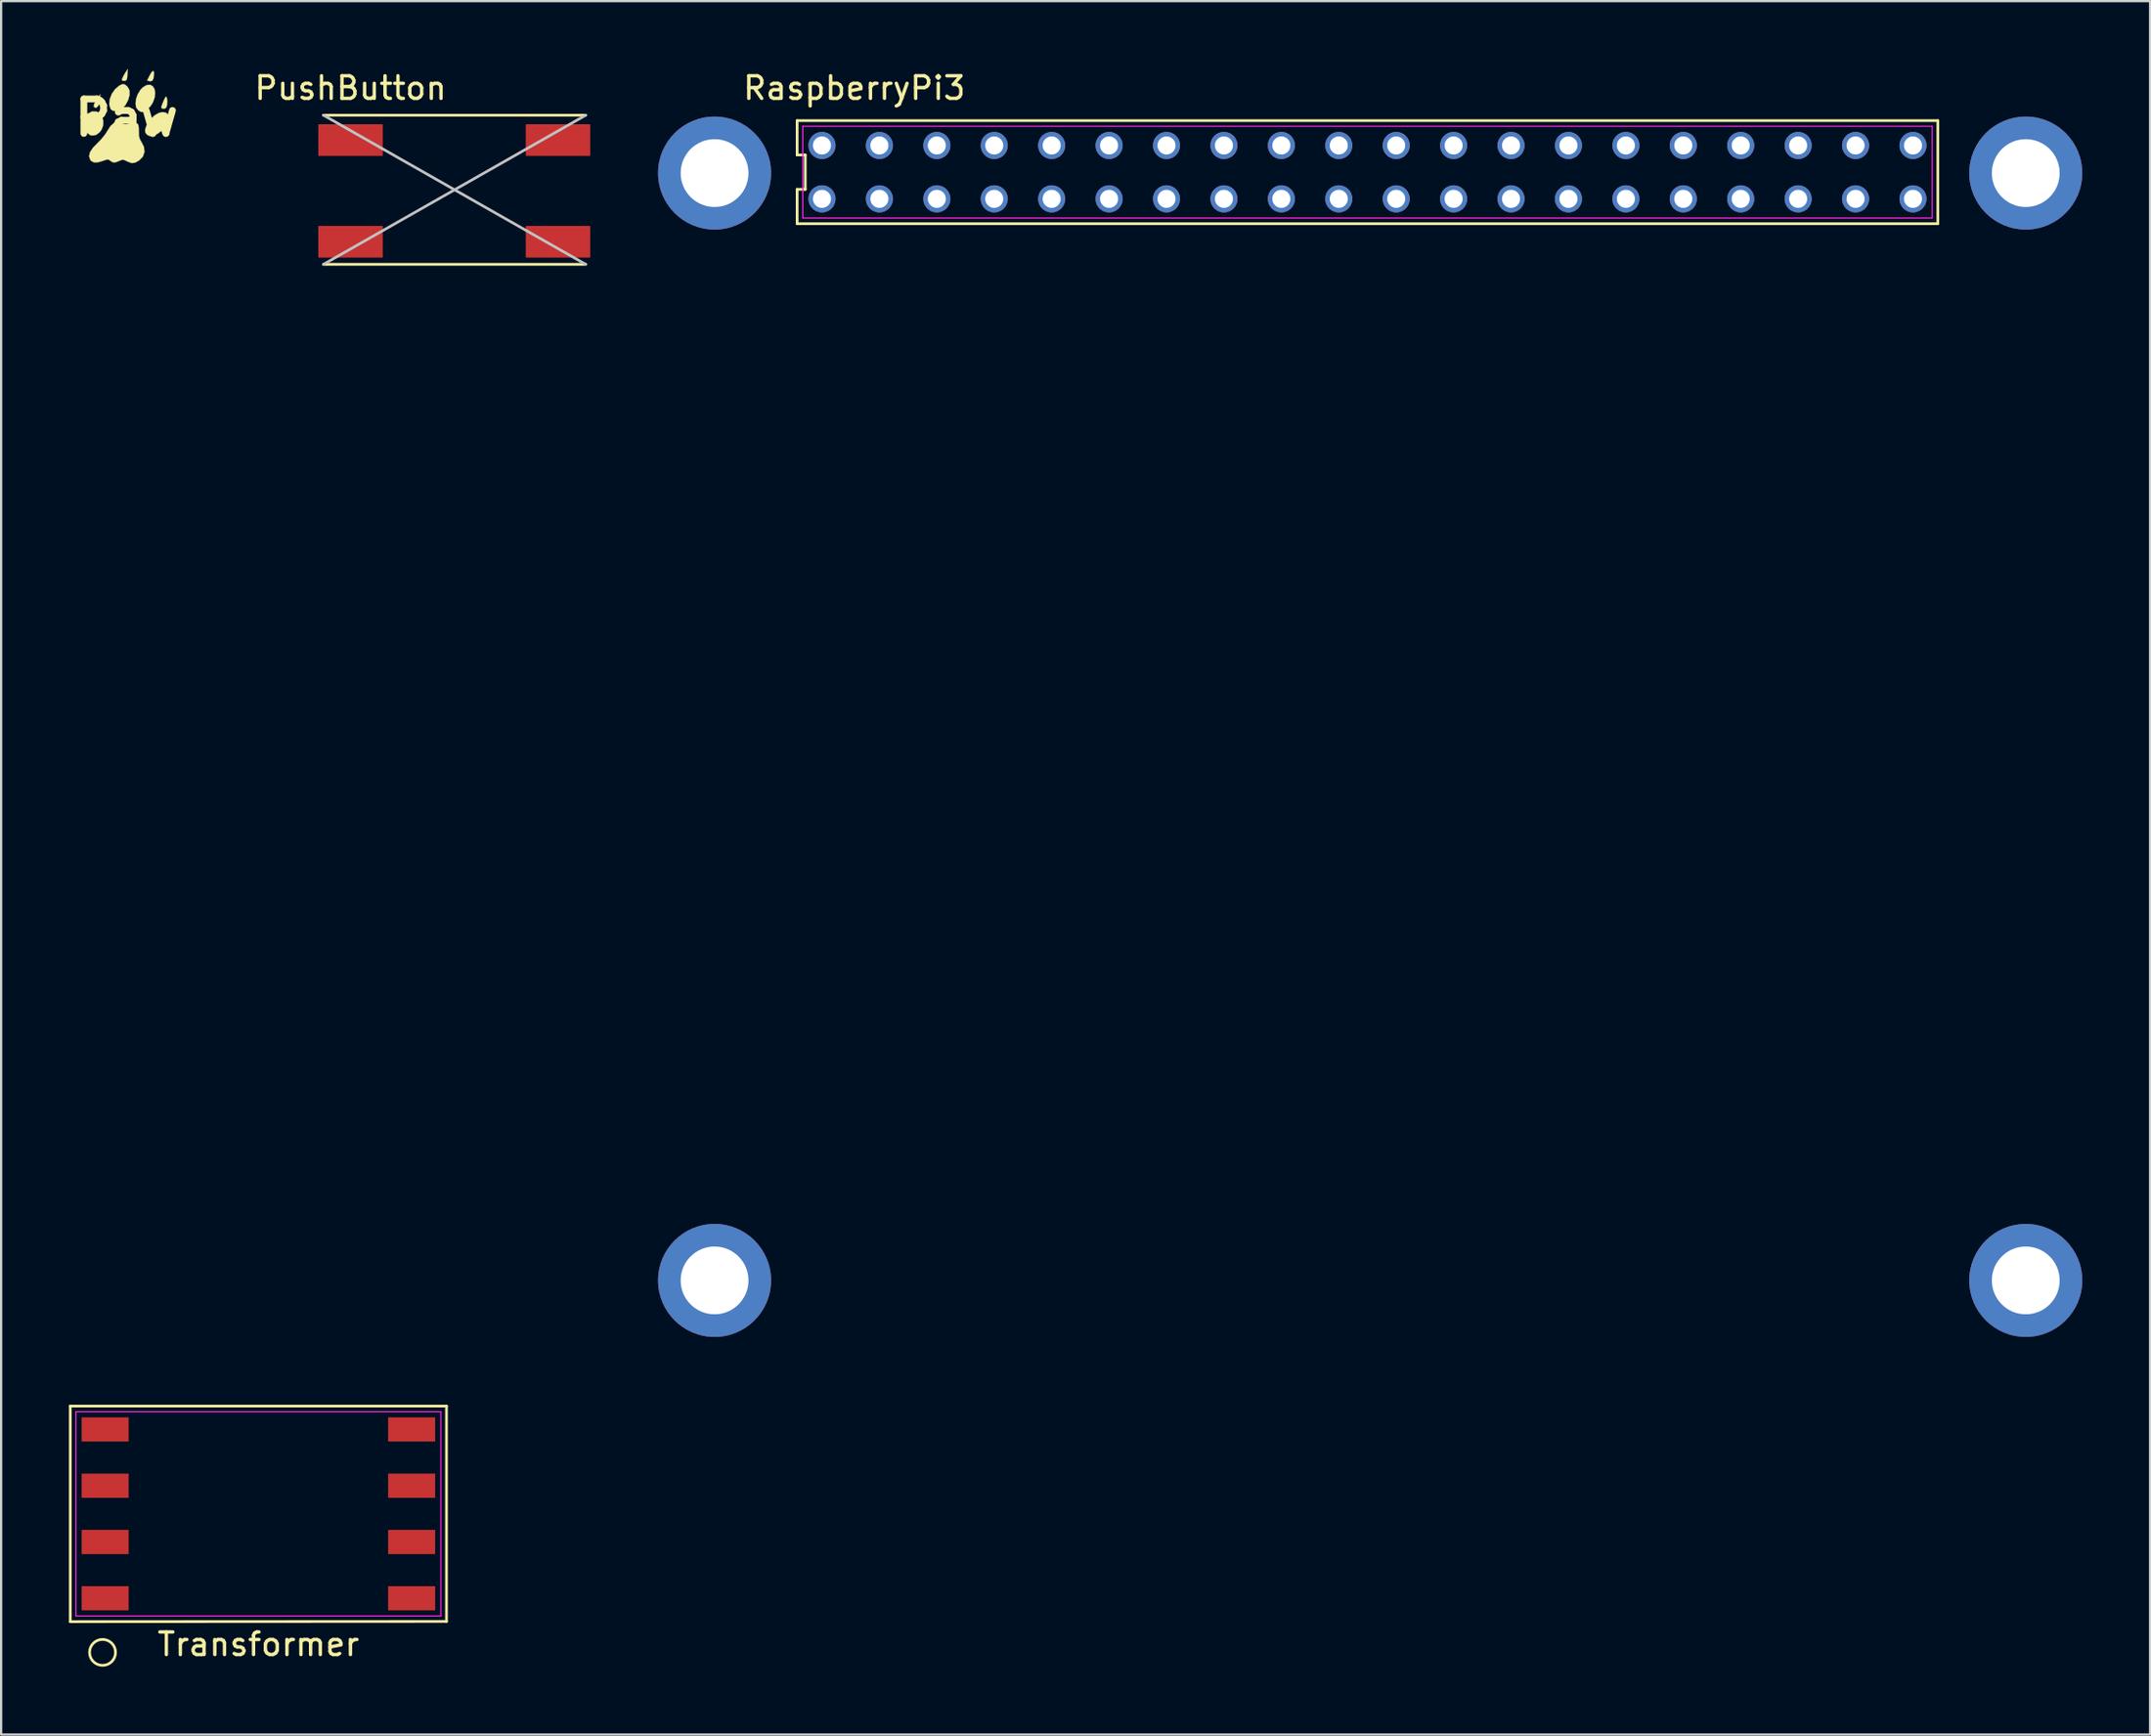
<source format=kicad_pcb>
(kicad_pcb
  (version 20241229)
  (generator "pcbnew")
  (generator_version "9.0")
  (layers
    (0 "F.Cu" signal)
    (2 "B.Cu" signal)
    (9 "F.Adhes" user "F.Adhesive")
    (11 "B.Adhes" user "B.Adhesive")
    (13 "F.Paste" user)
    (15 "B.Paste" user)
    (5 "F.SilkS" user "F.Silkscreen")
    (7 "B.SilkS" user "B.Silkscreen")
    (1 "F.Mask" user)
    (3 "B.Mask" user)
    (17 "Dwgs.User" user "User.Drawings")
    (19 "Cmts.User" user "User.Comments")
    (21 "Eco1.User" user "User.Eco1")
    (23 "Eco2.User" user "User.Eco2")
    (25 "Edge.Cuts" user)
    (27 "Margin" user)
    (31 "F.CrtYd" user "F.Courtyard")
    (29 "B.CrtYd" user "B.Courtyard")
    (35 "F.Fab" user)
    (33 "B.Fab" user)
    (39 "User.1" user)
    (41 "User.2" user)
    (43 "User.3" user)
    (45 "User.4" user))
  (footprint "PushButton"
    (layer "F.Cu")
    (at 17.058 5.348)
    (property "Reference" "PushButton" (at -4.6 -4.5 0) (layer "F.SilkS") (effects (font (size 1 1) (thickness 0.15))))
    (attr through_hole)
    (fp_line (start -5.8 -3.3) (end 5.8 -3.3) (stroke (width 0.12) (type solid)) (layer "F.SilkS"))
    (fp_line (start -5.8 3.3) (end 5.8 3.3) (stroke (width 0.12) (type solid)) (layer "F.SilkS"))
    (fp_line (start -5.8 3.3) (end 5.8 -3.3) (stroke (width 0.12) (type solid)) (layer "Dwgs.User"))
    (fp_line (start 5.8 3.3) (end -5.8 -3.3) (stroke (width 0.12) (type solid)) (layer "Dwgs.User"))
    (pad "1" smd rect (at -4.6 -2.2) (size 2.85 1.4) (layers "F.Cu" "F.Mask" "F.Paste"))
    (pad "1" smd rect (at 4.575 -2.2) (size 2.85 1.4) (layers "F.Cu" "F.Mask" "F.Paste"))
    (pad "2" smd rect (at -4.6 2.3) (size 2.85 1.4) (layers "F.Cu" "F.Mask" "F.Paste"))
    (pad "2" smd rect (at 4.575 2.3) (size 2.85 1.4) (layers "F.Cu" "F.Mask" "F.Paste")))
  (footprint "RaspberryPi3"
    (layer "F.Cu")
    (at 73.5 26.698)
    (property "Reference" "RaspberryPi3" (at -38.76 -25.85 180) (layer "F.SilkS") (effects (font (size 1 1) (thickness 0.15))))
    (attr through_hole)
    (fp_line (start -41.29 -24.411) (end -41.29 -22.89) (stroke (width 0.12) (type solid)) (layer "F.SilkS"))
    (fp_line (start -41.29 -22.89) (end -40.93 -22.89) (stroke (width 0.12) (type solid)) (layer "F.SilkS"))
    (fp_line (start -41.29 -21.37) (end -41.29 -19.849) (stroke (width 0.12) (type solid)) (layer "F.SilkS"))
    (fp_line (start -41.29 -19.849) (end 9.17 -19.849) (stroke (width 0.12) (type solid)) (layer "F.SilkS"))
    (fp_line (start -40.93 -22.89) (end -40.93 -21.37) (stroke (width 0.12) (type solid)) (layer "F.SilkS"))
    (fp_line (start -40.93 -21.37) (end -41.29 -21.37) (stroke (width 0.12) (type solid)) (layer "F.SilkS"))
    (fp_line (start 9.17 -24.411) (end -41.29 -24.411) (stroke (width 0.12) (type solid)) (layer "F.SilkS"))
    (fp_line (start 9.17 -19.849) (end 9.17 -24.411) (stroke (width 0.12) (type solid)) (layer "F.SilkS"))
    (fp_line (start -41.04 -24.16) (end 8.92 -24.16) (stroke (width 0.05) (type solid)) (layer "F.CrtYd"))
    (fp_line (start -41.04 -20.1) (end -41.04 -24.16) (stroke (width 0.05) (type solid)) (layer "F.CrtYd"))
    (fp_line (start 8.92 -24.16) (end 8.92 -20.1) (stroke (width 0.05) (type solid)) (layer "F.CrtYd"))
    (fp_line (start 8.92 -20.1) (end -41.04 -20.1) (stroke (width 0.05) (type solid)) (layer "F.CrtYd"))
    (pad "1" thru_hole circle (at -40.19 -20.949) (size 1.2 1.2) (drill 0.8) (layers "*.Cu" "*.Mask"))
    (pad "2" thru_hole circle (at -37.65 -20.949) (size 1.2 1.2) (drill 0.8) (layers "*.Cu" "*.Mask"))
    (pad "3" thru_hole circle (at -35.11 -20.949) (size 1.2 1.2) (drill 0.8) (layers "*.Cu" "*.Mask"))
    (pad "4" thru_hole circle (at -32.57 -20.949) (size 1.2 1.2) (drill 0.8) (layers "*.Cu" "*.Mask"))
    (pad "5" thru_hole circle (at -30.03 -20.949) (size 1.2 1.2) (drill 0.8) (layers "*.Cu" "*.Mask"))
    (pad "6" thru_hole circle (at -27.49 -20.949) (size 1.2 1.2) (drill 0.8) (layers "*.Cu" "*.Mask"))
    (pad "7" thru_hole circle (at -24.95 -20.949) (size 1.2 1.2) (drill 0.8) (layers "*.Cu" "*.Mask"))
    (pad "8" thru_hole circle (at -22.41 -20.949) (size 1.2 1.2) (drill 0.8) (layers "*.Cu" "*.Mask"))
    (pad "9" thru_hole circle (at -19.87 -20.949) (size 1.2 1.2) (drill 0.8) (layers "*.Cu" "*.Mask"))
    (pad "10" thru_hole circle (at -17.33 -20.949) (size 1.2 1.2) (drill 0.8) (layers "*.Cu" "*.Mask"))
    (pad "11" thru_hole circle (at -14.79 -20.949) (size 1.2 1.2) (drill 0.8) (layers "*.Cu" "*.Mask"))
    (pad "12" thru_hole circle (at -12.25 -20.949) (size 1.2 1.2) (drill 0.8) (layers "*.Cu" "*.Mask"))
    (pad "13" thru_hole circle (at -9.71 -20.949) (size 1.2 1.2) (drill 0.8) (layers "*.Cu" "*.Mask"))
    (pad "14" thru_hole circle (at -7.17 -20.949) (size 1.2 1.2) (drill 0.8) (layers "*.Cu" "*.Mask"))
    (pad "15" thru_hole circle (at -4.63 -20.949) (size 1.2 1.2) (drill 0.8) (layers "*.Cu" "*.Mask"))
    (pad "16" thru_hole circle (at -2.09 -20.949) (size 1.2 1.2) (drill 0.8) (layers "*.Cu" "*.Mask"))
    (pad "17" thru_hole circle (at 0.45 -20.949) (size 1.2 1.2) (drill 0.8) (layers "*.Cu" "*.Mask"))
    (pad "18" thru_hole circle (at 2.99 -20.949) (size 1.2 1.2) (drill 0.8) (layers "*.Cu" "*.Mask"))
    (pad "19" thru_hole circle (at 5.53 -20.949) (size 1.2 1.2) (drill 0.8) (layers "*.Cu" "*.Mask"))
    (pad "20" thru_hole circle (at 8.07 -20.949) (size 1.2 1.2) (drill 0.8) (layers "*.Cu" "*.Mask"))
    (pad "21" thru_hole circle (at 8.07 -23.311) (size 1.2 1.2) (drill 0.8) (layers "*.Cu" "*.Mask"))
    (pad "22" thru_hole circle (at 5.53 -23.311) (size 1.2 1.2) (drill 0.8) (layers "*.Cu" "*.Mask"))
    (pad "23" thru_hole circle (at 2.99 -23.311) (size 1.2 1.2) (drill 0.8) (layers "*.Cu" "*.Mask"))
    (pad "24" thru_hole circle (at 0.45 -23.311) (size 1.2 1.2) (drill 0.8) (layers "*.Cu" "*.Mask"))
    (pad "25" thru_hole circle (at -2.09 -23.311) (size 1.2 1.2) (drill 0.8) (layers "*.Cu" "*.Mask"))
    (pad "26" thru_hole circle (at -4.63 -23.311) (size 1.2 1.2) (drill 0.8) (layers "*.Cu" "*.Mask"))
    (pad "27" thru_hole circle (at -7.17 -23.311) (size 1.2 1.2) (drill 0.8) (layers "*.Cu" "*.Mask"))
    (pad "28" thru_hole circle (at -9.71 -23.311) (size 1.2 1.2) (drill 0.8) (layers "*.Cu" "*.Mask"))
    (pad "29" thru_hole circle (at -12.25 -23.311) (size 1.2 1.2) (drill 0.8) (layers "*.Cu" "*.Mask"))
    (pad "30" thru_hole circle (at -14.79 -23.311) (size 1.2 1.2) (drill 0.8) (layers "*.Cu" "*.Mask"))
    (pad "31" thru_hole circle (at -17.33 -23.311) (size 1.2 1.2) (drill 0.8) (layers "*.Cu" "*.Mask"))
    (pad "32" thru_hole circle (at -19.87 -23.311) (size 1.2 1.2) (drill 0.8) (layers "*.Cu" "*.Mask"))
    (pad "33" thru_hole circle (at -22.41 -23.311) (size 1.2 1.2) (drill 0.8) (layers "*.Cu" "*.Mask"))
    (pad "34" thru_hole circle (at -24.95 -23.311) (size 1.2 1.2) (drill 0.8) (layers "*.Cu" "*.Mask"))
    (pad "35" thru_hole circle (at -27.49 -23.311) (size 1.2 1.2) (drill 0.8) (layers "*.Cu" "*.Mask"))
    (pad "36" thru_hole circle (at -30.03 -23.311) (size 1.2 1.2) (drill 0.8) (layers "*.Cu" "*.Mask"))
    (pad "37" thru_hole circle (at -32.57 -23.311) (size 1.2 1.2) (drill 0.8) (layers "*.Cu" "*.Mask"))
    (pad "38" thru_hole circle (at -35.11 -23.311) (size 1.2 1.2) (drill 0.8) (layers "*.Cu" "*.Mask"))
    (pad "39" thru_hole circle (at -37.65 -23.311) (size 1.2 1.2) (drill 0.8) (layers "*.Cu" "*.Mask"))
    (pad "40" thru_hole circle (at -40.19 -23.311) (size 1.2 1.2) (drill 0.8) (layers "*.Cu" "*.Mask"))
    (pad "41" thru_hole circle (at -44.942 -22.089) (size 5 5) (drill 3) (layers "*.Cu" "*.Mask"))
    (pad "42" thru_hole circle (at 13.058 -22.089) (size 5 5) (drill 3) (layers "*.Cu" "*.Mask"))
    (pad "43" thru_hole circle (at -44.942 26.911) (size 5 5) (drill 3) (layers "*.Cu" "*.Mask"))
    (pad "44" thru_hole circle (at 13.058 26.911) (size 5 5) (drill 3) (layers "*.Cu" "*.Mask")))
  (footprint "Paw"
    (layer "F.Cu")
    (at 2.547 2.164)
    (property "Reference" "Paw" (at 0 0 0) (layer "F.SilkS") (effects (font (size 1.524 1.524) (thickness 0.3))))
    (attr through_hole)
    (fp_poly (pts (xy -1.171 -0.863) (xy -1.194 -0.672) (xy -1.252 -0.527) (xy -1.333 -0.451) (xy -1.386 -0.446) (xy -1.447 -0.495) (xy -1.434 -0.603) (xy -1.346 -0.773) (xy -1.288 -0.863) (xy -1.168 -1.04) (xy -1.171 -0.863)) (stroke (width 0.01) (type solid)) (fill yes) (layer "F.SilkS"))
    (fp_poly (pts (xy 1.207 -2.042) (xy 1.214 -1.943) (xy 1.192 -1.748) (xy 1.141 -1.643) (xy 1.055 -1.618) (xy 1.029 -1.623) (xy 0.914 -1.651) (xy 1.021 -1.867) (xy 1.108 -2.016) (xy 1.171 -2.075) (xy 1.207 -2.042)) (stroke (width 0.01) (type solid)) (fill yes) (layer "F.SilkS"))
    (fp_poly (pts (xy 0.038 -1.905) (xy 0.024 -1.751) (xy -0.006 -1.671) (xy -0.064 -1.639) (xy -0.089 -1.635) (xy -0.181 -1.646) (xy -0.203 -1.686) (xy -0.177 -1.766) (xy -0.113 -1.893) (xy -0.076 -1.956) (xy 0.051 -2.159) (xy 0.038 -1.905)) (stroke (width 0.01) (type solid)) (fill yes) (layer "F.SilkS"))
    (fp_poly (pts (xy 1.78 -0.884) (xy 1.784 -0.873) (xy 1.803 -0.751) (xy 1.796 -0.598) (xy 1.794 -0.587) (xy 1.762 -0.464) (xy 1.703 -0.413) (xy 1.641 -0.406) (xy 1.553 -0.421) (xy 1.542 -0.483) (xy 1.552 -0.521) (xy 1.597 -0.646) (xy 1.66 -0.796) (xy 1.666 -0.807) (xy 1.719 -0.913) (xy 1.752 -0.936) (xy 1.78 -0.884)) (stroke (width 0.01) (type solid)) (fill yes) (layer "F.SilkS"))
    (fp_poly (pts (xy -1.321 -0.275) (xy -1.179 -0.189) (xy -1.08 -0.046) (xy -1.029 0.134) (xy -1.035 0.329) (xy -1.103 0.52) (xy -1.181 0.628) (xy -1.348 0.757) (xy -1.521 0.785) (xy -1.607 0.762) (xy -1.761 0.648) (xy -1.853 0.46) (xy -1.88 0.246) (xy -1.84 0.01) (xy -1.729 -0.165) (xy -1.553 -0.269) (xy -1.498 -0.283) (xy -1.321 -0.275)) (stroke (width 0.01) (type solid)) (fill yes) (layer "F.SilkS"))
    (fp_poly (pts (xy -0.084 -1.479) (xy 0.024 -1.396) (xy 0.108 -1.265) (xy 0.13 -1.202) (xy 0.134 -1.015) (xy 0.076 -0.799) (xy -0.031 -0.592) (xy -0.126 -0.473) (xy -0.285 -0.356) (xy -0.451 -0.301) (xy -0.598 -0.312) (xy -0.702 -0.39) (xy -0.709 -0.403) (xy -0.763 -0.603) (xy -0.74 -0.83) (xy -0.651 -1.058) (xy -0.508 -1.263) (xy -0.323 -1.423) (xy -0.189 -1.489) (xy -0.084 -1.479)) (stroke (width 0.01) (type solid)) (fill yes) (layer "F.SilkS"))
    (fp_poly (pts (xy 1.156 -1.402) (xy 1.235 -1.278) (xy 1.266 -1.104) (xy 1.242 -0.893) (xy 1.161 -0.671) (xy 1.057 -0.512) (xy 0.92 -0.373) (xy 0.778 -0.279) (xy 0.684 -0.254) (xy 0.607 -0.281) (xy 0.519 -0.333) (xy 0.429 -0.453) (xy 0.399 -0.628) (xy 0.423 -0.833) (xy 0.496 -1.044) (xy 0.615 -1.237) (xy 0.721 -1.347) (xy 0.891 -1.449) (xy 1.039 -1.463) (xy 1.156 -1.402)) (stroke (width 0.01) (type solid)) (fill yes) (layer "F.SilkS"))
    (fp_poly (pts (xy 1.757 -0.22) (xy 1.842 -0.127) (xy 1.865 0.009) (xy 1.829 0.173) (xy 1.739 0.349) (xy 1.599 0.523) (xy 1.411 0.678) (xy 1.363 0.709) (xy 1.158 0.799) (xy 0.991 0.795) (xy 0.893 0.733) (xy 0.83 0.642) (xy 0.822 0.531) (xy 0.87 0.376) (xy 0.921 0.265) (xy 1.056 0.063) (xy 1.237 -0.105) (xy 1.435 -0.218) (xy 1.606 -0.254) (xy 1.757 -0.22)) (stroke (width 0.01) (type solid)) (fill yes) (layer "F.SilkS"))
    (fp_poly (pts (xy 0.395 0.214) (xy 0.499 0.269) (xy 0.499 0.269) (xy 0.528 0.354) (xy 0.543 0.502) (xy 0.544 0.612) (xy 0.549 0.807) (xy 0.589 0.95) (xy 0.651 1.054) (xy 0.769 1.286) (xy 0.793 1.51) (xy 0.723 1.712) (xy 0.562 1.881) (xy 0.559 1.883) (xy 0.383 1.982) (xy 0.227 2) (xy 0.055 1.94) (xy 0.033 1.928) (xy -0.096 1.866) (xy -0.186 1.853) (xy -0.283 1.887) (xy -0.316 1.903) (xy -0.485 1.969) (xy -0.61 1.967) (xy -0.719 1.898) (xy -0.784 1.85) (xy -0.854 1.842) (xy -0.965 1.874) (xy -1.03 1.898) (xy -1.267 1.969) (xy -1.441 1.971) (xy -1.564 1.905) (xy -1.604 1.856) (xy -1.655 1.698) (xy -1.613 1.519) (xy -1.477 1.315) (xy -1.279 1.115) (xy -1.107 0.937) (xy -0.945 0.734) (xy -0.838 0.567) (xy -0.706 0.36) (xy -0.569 0.244) (xy -0.411 0.211) (xy -0.213 0.251) (xy -0.213 0.251) (xy -0.051 0.289) (xy 0.064 0.272) (xy 0.091 0.26) (xy 0.245 0.21) (xy 0.395 0.214)) (stroke (width 0.01) (type solid)) (fill yes) (layer "F.SilkS")))
  (footprint "Transformer"
    (layer "F.Cu")
    (at 8.41 64.689)
    (property "Reference" "Transformer" (at -0.03 5.02 180) (layer "F.SilkS") (effects (font (size 1 1) (thickness 0.15))))
    (attr smd)
    (fp_line (start -8.35 -5.52) (end 8.29 -5.52) (stroke (width 0.12) (type solid)) (layer "F.SilkS"))
    (fp_line (start -8.35 4.02) (end -8.35 -5.52) (stroke (width 0.12) (type solid)) (layer "F.SilkS"))
    (fp_line (start 8.29 -5.52) (end 8.29 4.01) (stroke (width 0.12) (type solid)) (layer "F.SilkS"))
    (fp_line (start 8.29 4.01) (end -8.35 4.02) (stroke (width 0.12) (type solid)) (layer "F.SilkS"))
    (fp_circle (center -6.924 5.38) (end -6.454 5.71) (stroke (width 0.12) (type solid)) (fill no) (layer "F.SilkS"))
    (fp_line (start -8.1 -5.27) (end 8.04 -5.27) (stroke (width 0.05) (type solid)) (layer "F.CrtYd"))
    (fp_line (start -8.1 3.77) (end -8.1 -5.27) (stroke (width 0.05) (type solid)) (layer "F.CrtYd"))
    (fp_line (start 8.04 -5.27) (end 8.04 3.77) (stroke (width 0.05) (type solid)) (layer "F.CrtYd"))
    (fp_line (start 8.04 3.77) (end -8.1 3.77) (stroke (width 0.05) (type solid)) (layer "F.CrtYd"))
    (pad "1" smd rect (at -6.81 2.985 90) (size 1.07 2.08) (layers "F.Cu" "F.Mask" "F.Paste"))
    (pad "2" smd rect (at -6.81 0.495 90) (size 1.07 2.08) (layers "F.Cu" "F.Mask" "F.Paste"))
    (pad "3" smd rect (at -6.81 -1.995 90) (size 1.07 2.08) (layers "F.Cu" "F.Mask" "F.Paste"))
    (pad "4" smd rect (at -6.81 -4.485 90) (size 1.07 2.08) (layers "F.Cu" "F.Mask" "F.Paste"))
    (pad "5" smd rect (at 6.75 -4.485 90) (size 1.07 2.08) (layers "F.Cu" "F.Mask" "F.Paste"))
    (pad "6" smd rect (at 6.75 -1.995 90) (size 1.07 2.08) (layers "F.Cu" "F.Mask" "F.Paste"))
    (pad "7" smd rect (at 6.75 0.495 90) (size 1.07 2.08) (layers "F.Cu" "F.Mask" "F.Paste"))
    (pad "8" smd rect (at 6.75 2.985 90) (size 1.07 2.08) (layers "F.Cu" "F.Mask" "F.Paste")))
  (gr_rect
    (start -3 -3)
    (end 92.058 73.704)
    (stroke (width 0.1) (type default))
    (fill no)
    (layer "Edge.Cuts")))
</source>
